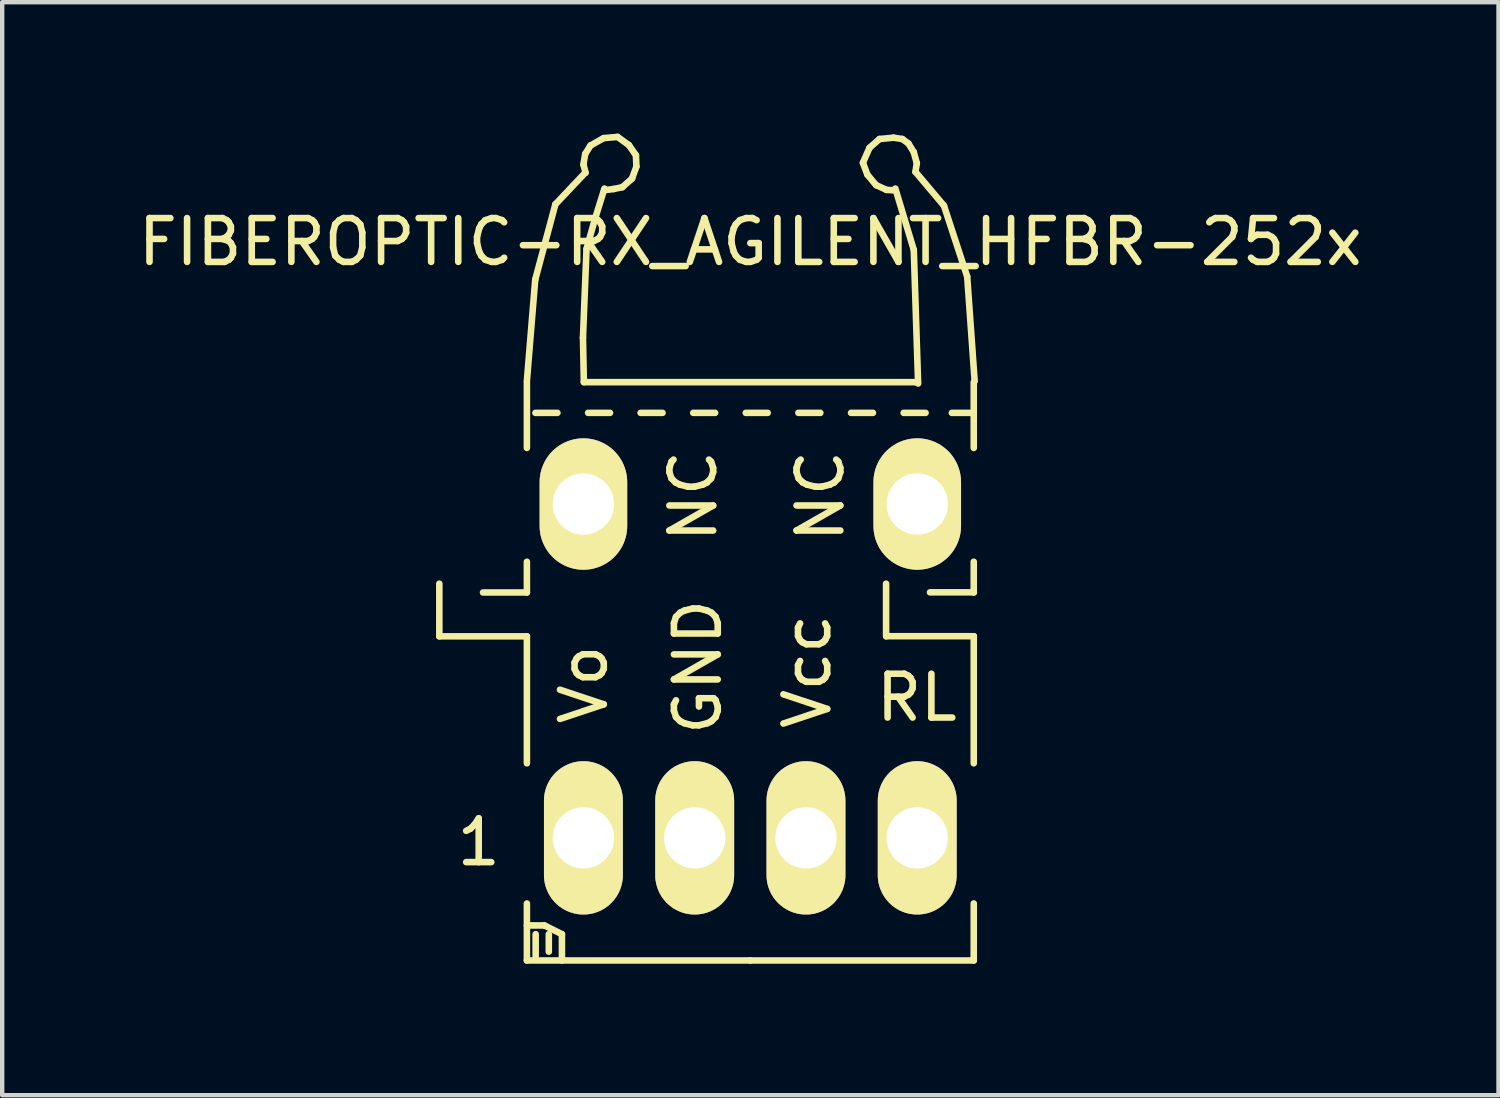
<source format=kicad_pcb>
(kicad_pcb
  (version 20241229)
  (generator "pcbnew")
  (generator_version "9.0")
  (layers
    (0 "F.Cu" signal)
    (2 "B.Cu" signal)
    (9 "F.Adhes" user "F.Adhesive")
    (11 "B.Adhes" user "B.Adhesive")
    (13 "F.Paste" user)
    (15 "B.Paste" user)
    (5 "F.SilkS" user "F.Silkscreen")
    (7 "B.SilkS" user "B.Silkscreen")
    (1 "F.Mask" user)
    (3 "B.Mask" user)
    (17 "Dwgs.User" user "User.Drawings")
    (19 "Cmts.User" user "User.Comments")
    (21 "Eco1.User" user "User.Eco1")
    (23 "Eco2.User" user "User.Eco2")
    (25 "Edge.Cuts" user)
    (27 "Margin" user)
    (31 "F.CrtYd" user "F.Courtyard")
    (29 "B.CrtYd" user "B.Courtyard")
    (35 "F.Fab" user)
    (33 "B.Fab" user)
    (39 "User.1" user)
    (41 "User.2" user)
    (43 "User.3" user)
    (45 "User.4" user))
  (footprint "FIBEROPTIC-RX_AGILENT_HFBR-252x"
    (layer "F.Cu")
    (at 14.077 10.474)
    (property "Reference" "FIBEROPTIC-RX_AGILENT_HFBR-252x" (at 0 -8.001 0) (layer "F.SilkS") (effects (font (size 1 1) (thickness 0.15))))
    (attr through_hole)
    (fp_line (start -7.099 1.001) (end -7.099 -0.201) (stroke (width 0.15) (type solid)) (layer "F.SilkS"))
    (fp_line (start -6.101 0) (end -5.1 0) (stroke (width 0.15) (type solid)) (layer "F.SilkS"))
    (fp_line (start -5.1 -4.831) (end -4.91 -7.14) (stroke (width 0.15) (type solid)) (layer "F.SilkS"))
    (fp_line (start -5.1 -4.801) (end -5.1 -3.299) (stroke (width 0.15) (type solid)) (layer "F.SilkS"))
    (fp_line (start -5.1 0) (end -5.1 -0.701) (stroke (width 0.15) (type solid)) (layer "F.SilkS"))
    (fp_line (start -5.1 1.001) (end -7.099 1.001) (stroke (width 0.15) (type solid)) (layer "F.SilkS"))
    (fp_line (start -5.1 1.001) (end -5.1 3.899) (stroke (width 0.15) (type solid)) (layer "F.SilkS"))
    (fp_line (start -5.1 7.6) (end -4.699 7.6) (stroke (width 0.15) (type solid)) (layer "F.SilkS"))
    (fp_line (start -5.1 8.4) (end -5.1 7.099) (stroke (width 0.15) (type solid)) (layer "F.SilkS"))
    (fp_line (start -4.91 -7.14) (end -4.45 -8.86) (stroke (width 0.15) (type solid)) (layer "F.SilkS"))
    (fp_line (start -4.9 7.8) (end -4.9 8.301) (stroke (width 0.15) (type solid)) (layer "F.SilkS"))
    (fp_line (start -4.699 7.6) (end -4.3 7.8) (stroke (width 0.15) (type solid)) (layer "F.SilkS"))
    (fp_line (start -4.6 7.8) (end -4.6 8.199) (stroke (width 0.15) (type solid)) (layer "F.SilkS"))
    (fp_line (start -4.45 -8.86) (end -3.769 -9.581) (stroke (width 0.15) (type solid)) (layer "F.SilkS"))
    (fp_line (start -4.404 -4.1) (end -4.905 -4.1) (stroke (width 0.15) (type solid)) (layer "F.SilkS"))
    (fp_line (start -4.3 7.8) (end -4.3 8.4) (stroke (width 0.15) (type solid)) (layer "F.SilkS"))
    (fp_line (start -3.82 -5.819) (end -3.739 -7.841) (stroke (width 0.15) (type solid)) (layer "F.SilkS"))
    (fp_line (start -3.81 -9.769) (end -3.759 -9.581) (stroke (width 0.15) (type solid)) (layer "F.SilkS"))
    (fp_line (start -3.8 -4.801) (end -3.82 -5.819) (stroke (width 0.15) (type solid)) (layer "F.SilkS"))
    (fp_line (start -3.769 -10.01) (end -3.81 -9.769) (stroke (width 0.15) (type solid)) (layer "F.SilkS"))
    (fp_line (start -3.739 -7.841) (end -3.551 -8.509) (stroke (width 0.15) (type solid)) (layer "F.SilkS"))
    (fp_line (start -3.65 -10.201) (end -3.769 -10.01) (stroke (width 0.15) (type solid)) (layer "F.SilkS"))
    (fp_line (start -3.551 -8.509) (end -3.33 -9.22) (stroke (width 0.15) (type solid)) (layer "F.SilkS"))
    (fp_line (start -3.35 -10.371) (end -3.65 -10.201) (stroke (width 0.15) (type solid)) (layer "F.SilkS"))
    (fp_line (start -3.269 -9.19) (end -3.119 -9.21) (stroke (width 0.15) (type solid)) (layer "F.SilkS"))
    (fp_line (start -3.203 -4.1) (end -3.703 -4.1) (stroke (width 0.15) (type solid)) (layer "F.SilkS"))
    (fp_line (start -3.119 -9.21) (end -2.921 -9.251) (stroke (width 0.15) (type solid)) (layer "F.SilkS"))
    (fp_line (start -3.03 -10.399) (end -3.35 -10.371) (stroke (width 0.15) (type solid)) (layer "F.SilkS"))
    (fp_line (start -2.921 -9.251) (end -2.7 -9.449) (stroke (width 0.15) (type solid)) (layer "F.SilkS"))
    (fp_line (start -2.771 -10.211) (end -3.03 -10.399) (stroke (width 0.15) (type solid)) (layer "F.SilkS"))
    (fp_line (start -2.7 -9.449) (end -2.601 -9.721) (stroke (width 0.15) (type solid)) (layer "F.SilkS"))
    (fp_line (start -2.611 -9.98) (end -2.771 -10.211) (stroke (width 0.15) (type solid)) (layer "F.SilkS"))
    (fp_line (start -2.601 -9.721) (end -2.611 -9.98) (stroke (width 0.15) (type solid)) (layer "F.SilkS"))
    (fp_line (start -2.004 -4.1) (end -2.504 -4.1) (stroke (width 0.15) (type solid)) (layer "F.SilkS"))
    (fp_line (start -0.803 -4.1) (end -1.303 -4.1) (stroke (width 0.15) (type solid)) (layer "F.SilkS"))
    (fp_line (start 0 8.4) (end -5.1 8.4) (stroke (width 0.15) (type solid)) (layer "F.SilkS"))
    (fp_line (start 0 8.4) (end 5.1 8.4) (stroke (width 0.15) (type solid)) (layer "F.SilkS"))
    (fp_line (start 0.396 -4.1) (end -0.104 -4.1) (stroke (width 0.15) (type solid)) (layer "F.SilkS"))
    (fp_line (start 1.598 -4.1) (end 1.097 -4.1) (stroke (width 0.15) (type solid)) (layer "F.SilkS"))
    (fp_line (start 2.57 -9.809) (end 2.67 -9.54) (stroke (width 0.15) (type solid)) (layer "F.SilkS"))
    (fp_line (start 2.67 -9.54) (end 2.87 -9.299) (stroke (width 0.15) (type solid)) (layer "F.SilkS"))
    (fp_line (start 2.72 -10.15) (end 2.57 -9.809) (stroke (width 0.15) (type solid)) (layer "F.SilkS"))
    (fp_line (start 2.799 -4.1) (end 2.299 -4.1) (stroke (width 0.15) (type solid)) (layer "F.SilkS"))
    (fp_line (start 2.87 -9.299) (end 3.109 -9.19) (stroke (width 0.15) (type solid)) (layer "F.SilkS"))
    (fp_line (start 2.949 -10.351) (end 2.72 -10.15) (stroke (width 0.15) (type solid)) (layer "F.SilkS"))
    (fp_line (start 3.099 1.001) (end 3.099 -0.201) (stroke (width 0.15) (type solid)) (layer "F.SilkS"))
    (fp_line (start 3.109 -9.19) (end 3.269 -9.18) (stroke (width 0.15) (type solid)) (layer "F.SilkS"))
    (fp_line (start 3.269 -10.381) (end 2.949 -10.351) (stroke (width 0.15) (type solid)) (layer "F.SilkS"))
    (fp_line (start 3.47 -10.351) (end 3.269 -10.381) (stroke (width 0.15) (type solid)) (layer "F.SilkS"))
    (fp_line (start 3.609 -10.249) (end 3.47 -10.351) (stroke (width 0.15) (type solid)) (layer "F.SilkS"))
    (fp_line (start 3.731 -10.051) (end 3.609 -10.249) (stroke (width 0.15) (type solid)) (layer "F.SilkS"))
    (fp_line (start 3.731 -7.821) (end 3.31 -9.22) (stroke (width 0.15) (type solid)) (layer "F.SilkS"))
    (fp_line (start 3.769 -9.601) (end 3.8 -9.799) (stroke (width 0.15) (type solid)) (layer "F.SilkS"))
    (fp_line (start 3.8 -9.799) (end 3.731 -10.051) (stroke (width 0.15) (type solid)) (layer "F.SilkS"))
    (fp_line (start 3.8 -4.801) (end -3.8 -4.801) (stroke (width 0.15) (type solid)) (layer "F.SilkS"))
    (fp_line (start 3.83 -4.77) (end 3.731 -7.821) (stroke (width 0.15) (type solid)) (layer "F.SilkS"))
    (fp_line (start 4 -4.1) (end 3.5 -4.1) (stroke (width 0.15) (type solid)) (layer "F.SilkS"))
    (fp_line (start 4.102 -0.003) (end 5.103 -0.003) (stroke (width 0.15) (type solid)) (layer "F.SilkS"))
    (fp_line (start 4.42 -8.829) (end 3.769 -9.601) (stroke (width 0.15) (type solid)) (layer "F.SilkS"))
    (fp_line (start 4.95 -7.211) (end 4.42 -8.829) (stroke (width 0.15) (type solid)) (layer "F.SilkS"))
    (fp_line (start 5.1 -4.1) (end 4.6 -4.1) (stroke (width 0.15) (type solid)) (layer "F.SilkS"))
    (fp_line (start 5.1 -3.299) (end 5.1 -4.801) (stroke (width 0.15) (type solid)) (layer "F.SilkS"))
    (fp_line (start 5.1 0) (end 5.1 -0.701) (stroke (width 0.15) (type solid)) (layer "F.SilkS"))
    (fp_line (start 5.1 3.899) (end 5.1 1.001) (stroke (width 0.15) (type solid)) (layer "F.SilkS"))
    (fp_line (start 5.1 8.4) (end 5.1 7.099) (stroke (width 0.15) (type solid)) (layer "F.SilkS"))
    (fp_line (start 5.103 0.998) (end 3.104 0.998) (stroke (width 0.15) (type solid)) (layer "F.SilkS"))
    (fp_line (start 5.121 -4.821) (end 4.95 -7.211) (stroke (width 0.15) (type solid)) (layer "F.SilkS"))
    (fp_text user "Vo" (at -3.8 2.101 90) (layer "F.SilkS") (effects (font (size 1 1) (thickness 0.15))))
    (fp_text user "1" (at -6.2 5.7 0) (layer "F.SilkS") (effects (font (size 1 1) (thickness 0.15))))
    (fp_text user "Vcc" (at 1.3 1.801 90) (layer "F.SilkS") (effects (font (size 1 1) (thickness 0.15))))
    (fp_text user "NC" (at 1.6 -2.2 90) (layer "F.SilkS") (effects (font (size 1 1) (thickness 0.15))))
    (fp_text user "NC" (at -1.303 -2.2 90) (layer "F.SilkS") (effects (font (size 1 1) (thickness 0.15))))
    (fp_text user "GND" (at -1.199 1.699 90) (layer "F.SilkS") (effects (font (size 1 1) (thickness 0.15))))
    (fp_text user "RL" (at 3.8 2.4 0) (layer "F.SilkS") (effects (font (size 1 1) (thickness 0.15))))
    (pad "1" thru_hole oval (at -3.81 5.601) (size 1.801 3.5) (drill 1.4) (layers "*.Cu" "*.Mask" "F.SilkS"))
    (pad "2" thru_hole oval (at -1.27 5.601) (size 1.801 3.5) (drill 1.4) (layers "*.Cu" "*.Mask" "F.SilkS"))
    (pad "3" thru_hole oval (at 1.27 5.601) (size 1.801 3.5) (drill 1.4) (layers "*.Cu" "*.Mask" "F.SilkS"))
    (pad "4" thru_hole oval (at 3.81 5.601) (size 1.801 3.5) (drill 1.4) (layers "*.Cu" "*.Mask" "F.SilkS"))
    (pad "5" thru_hole oval (at 3.81 -2.019) (size 1.999 3) (drill 1.4) (layers "*.Cu" "*.Mask" "F.SilkS"))
    (pad "6" thru_hole oval (at -3.81 -2.019) (size 1.999 3) (drill 1.4) (layers "*.Cu" "*.Mask" "F.SilkS")))
  (gr_rect
    (start -3 -3)
    (end 31.155 21.949)
    (stroke (width 0.1) (type default))
    (fill no)
    (layer "Edge.Cuts")))
</source>
